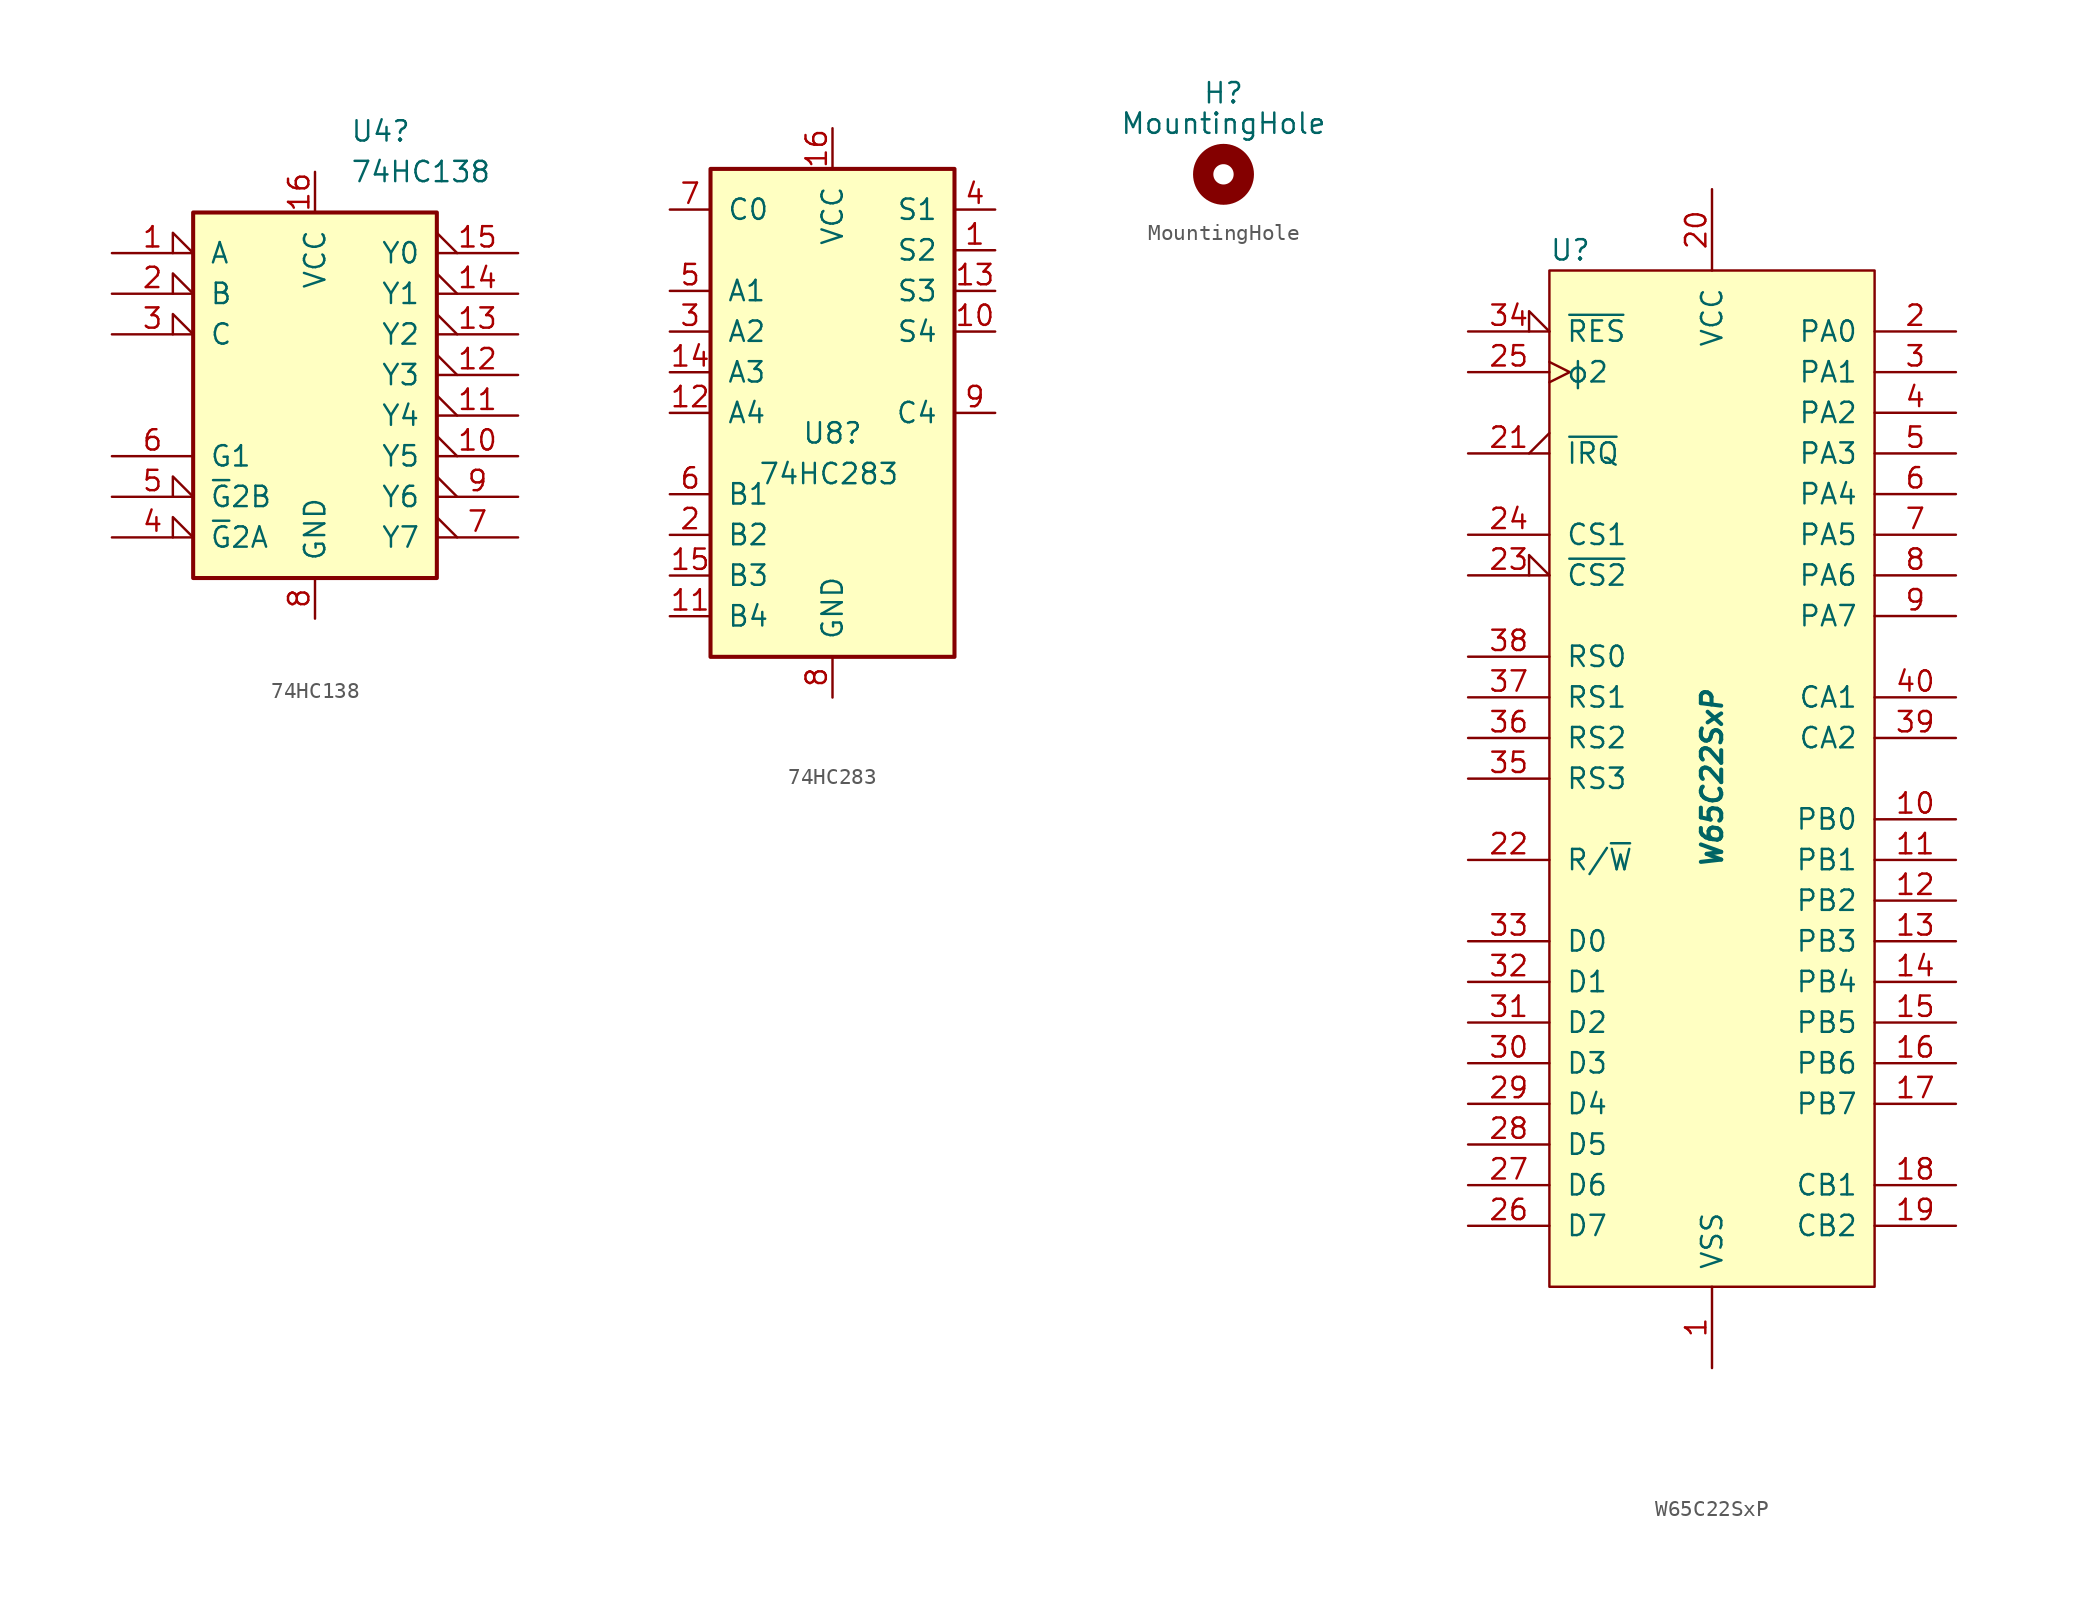
<source format=kicad_sym>
(kicad_symbol_lib
  (version 20231120)
  (generator "kicad_symbol_editor")
  (generator_version "8.0")
  (symbol "74HC138"
    (pin_names
      (offset 1.016))
    (property "Reference" "U4"
      (at 2.194 15.24 0)
      (effects (font (size 1.27 1.27)) (justify left)))
    (property "Value" "74HC138"
      (at 2.194 12.7 0)
      (effects (font (size 1.27 1.27)) (justify left)))
    (symbol "74HC138_1_0"
      (pin input input_low (at -12.7 7.62 0) (length 5.08) (name "A" (effects (font (size 1.27 1.27)))) (number "1" (effects (font (size 1.27 1.27)))))
      (pin output output_low (at 12.7 -5.08 180) (length 5.08) (name "Y5" (effects (font (size 1.27 1.27)))) (number "10" (effects (font (size 1.27 1.27)))))
      (pin output output_low (at 12.7 -2.54 180) (length 5.08) (name "Y4" (effects (font (size 1.27 1.27)))) (number "11" (effects (font (size 1.27 1.27)))))
      (pin output output_low (at 12.7 0 180) (length 5.08) (name "Y3" (effects (font (size 1.27 1.27)))) (number "12" (effects (font (size 1.27 1.27)))))
      (pin output output_low (at 12.7 2.54 180) (length 5.08) (name "Y2" (effects (font (size 1.27 1.27)))) (number "13" (effects (font (size 1.27 1.27)))))
      (pin output output_low (at 12.7 5.08 180) (length 5.08) (name "Y1" (effects (font (size 1.27 1.27)))) (number "14" (effects (font (size 1.27 1.27)))))
      (pin output output_low (at 12.7 7.62 180) (length 5.08) (name "Y0" (effects (font (size 1.27 1.27)))) (number "15" (effects (font (size 1.27 1.27)))))
      (pin power_in line (at 0 12.7 270) (length 2.54) (name "VCC" (effects (font (size 1.27 1.27)))) (number "16" (effects (font (size 1.27 1.27)))))
      (pin input input_low (at -12.7 5.08 0) (length 5.08) (name "B" (effects (font (size 1.27 1.27)))) (number "2" (effects (font (size 1.27 1.27)))))
      (pin input input_low (at -12.7 2.54 0) (length 5.08) (name "C" (effects (font (size 1.27 1.27)))) (number "3" (effects (font (size 1.27 1.27)))))
      (pin input input_low (at -12.7 -10.16 0) (length 5.08) (name "~{G}2A" (effects (font (size 1.27 1.27)))) (number "4" (effects (font (size 1.27 1.27)))))
      (pin input input_low (at -12.7 -7.62 0) (length 5.08) (name "~{G}2B" (effects (font (size 1.27 1.27)))) (number "5" (effects (font (size 1.27 1.27)))))
      (pin input line (at -12.7 -5.08 0) (length 5.08) (name "G1" (effects (font (size 1.27 1.27)))) (number "6" (effects (font (size 1.27 1.27)))))
      (pin output output_low (at 12.7 -10.16 180) (length 5.08) (name "Y7" (effects (font (size 1.27 1.27)))) (number "7" (effects (font (size 1.27 1.27)))))
      (pin power_in line (at 0 -15.24 90) (length 2.54) (name "GND" (effects (font (size 1.27 1.27)))) (number "8" (effects (font (size 1.27 1.27)))))
      (pin output output_low (at 12.7 -7.62 180) (length 5.08) (name "Y6" (effects (font (size 1.27 1.27)))) (number "9" (effects (font (size 1.27 1.27))))))
    (symbol "74HC138_1_1"
      (rectangle (start -7.62 10.16) (end 7.62 -12.7) (stroke (width 0.254) (type default)) (fill (type background)))))
  (symbol "74HC283"
    (pin_names
      (offset 1.016))
    (property "Reference" "U8"
      (at 0 -1.27 0)
      (effects (font (size 1.27 1.27))))
    (property "Value" "74HC283"
      (at -0.229 -3.81 0)
      (effects (font (size 1.27 1.27))))
    (symbol "74HC283_1_0"
      (pin output line (at 10.16 10.16 180) (length 2.54) (name "S2" (effects (font (size 1.27 1.27)))) (number "1" (effects (font (size 1.27 1.27)))))
      (pin output line (at 10.16 5.08 180) (length 2.54) (name "S4" (effects (font (size 1.27 1.27)))) (number "10" (effects (font (size 1.27 1.27)))))
      (pin input line (at -10.16 -12.7 0) (length 2.54) (name "B4" (effects (font (size 1.27 1.27)))) (number "11" (effects (font (size 1.27 1.27)))))
      (pin input line (at -10.16 0 0) (length 2.54) (name "A4" (effects (font (size 1.27 1.27)))) (number "12" (effects (font (size 1.27 1.27)))))
      (pin output line (at 10.16 7.62 180) (length 2.54) (name "S3" (effects (font (size 1.27 1.27)))) (number "13" (effects (font (size 1.27 1.27)))))
      (pin input line (at -10.16 2.54 0) (length 2.54) (name "A3" (effects (font (size 1.27 1.27)))) (number "14" (effects (font (size 1.27 1.27)))))
      (pin input line (at -10.16 -10.16 0) (length 2.54) (name "B3" (effects (font (size 1.27 1.27)))) (number "15" (effects (font (size 1.27 1.27)))))
      (pin power_in line (at 0 17.78 270) (length 2.54) (name "VCC" (effects (font (size 1.27 1.27)))) (number "16" (effects (font (size 1.27 1.27)))))
      (pin input line (at -10.16 -7.62 0) (length 2.54) (name "B2" (effects (font (size 1.27 1.27)))) (number "2" (effects (font (size 1.27 1.27)))))
      (pin input line (at -10.16 5.08 0) (length 2.54) (name "A2" (effects (font (size 1.27 1.27)))) (number "3" (effects (font (size 1.27 1.27)))))
      (pin output line (at 10.16 12.7 180) (length 2.54) (name "S1" (effects (font (size 1.27 1.27)))) (number "4" (effects (font (size 1.27 1.27)))))
      (pin input line (at -10.16 7.62 0) (length 2.54) (name "A1" (effects (font (size 1.27 1.27)))) (number "5" (effects (font (size 1.27 1.27)))))
      (pin input line (at -10.16 -5.08 0) (length 2.54) (name "B1" (effects (font (size 1.27 1.27)))) (number "6" (effects (font (size 1.27 1.27)))))
      (pin input line (at -10.16 12.7 0) (length 2.54) (name "C0" (effects (font (size 1.27 1.27)))) (number "7" (effects (font (size 1.27 1.27)))))
      (pin power_in line (at 0 -17.78 90) (length 2.54) (name "GND" (effects (font (size 1.27 1.27)))) (number "8" (effects (font (size 1.27 1.27)))))
      (pin output line (at 10.16 0 180) (length 2.54) (name "C4" (effects (font (size 1.27 1.27)))) (number "9" (effects (font (size 1.27 1.27))))))
    (symbol "74HC283_1_1"
      (rectangle (start -7.62 15.24) (end 7.62 -15.24) (stroke (width 0.254) (type default)) (fill (type background)))))
  (symbol "MountingHole"
    (pin_names
      (offset 1.016))
    (property "Reference" "H"
      (at 0 5.08 0)
      (effects (font (size 1.27 1.27))))
    (property "Value" "MountingHole"
      (at 0 3.175 0)
      (effects (font (size 1.27 1.27))))
    (symbol "MountingHole_0_1"
      (circle (center 0 0) (radius 1.27) (stroke (width 1.27) (type solid)) (fill (type none)))))
  (symbol "W65C22SxP"
    (pin_names
      (offset 1.016))
    (property "Reference" "U"
      (at -10.16 33.02 0)
      (effects (font (size 1.27 1.27)) (justify left)))
    (property "Value" "W65C22SxP"
      (at 0 0 90)
      (effects (font (size 1.27 1.27) (bold yes) (italic yes))))
    (symbol "W65C22SxP_0_1"
      (rectangle (start -10.16 31.75) (end 10.16 -31.75) (stroke (width 0) (type default)) (fill (type background))))
    (symbol "W65C22SxP_1_1"
      (pin power_in line (at 0 -36.83 90) (length 5.08) (name "VSS" (effects (font (size 1.27 1.27)))) (number "1" (effects (font (size 1.27 1.27)))))
      (pin bidirectional line (at 15.24 -2.54 180) (length 5.08) (name "PB0" (effects (font (size 1.27 1.27)))) (number "10" (effects (font (size 1.27 1.27)))))
      (pin bidirectional line (at 15.24 -5.08 180) (length 5.08) (name "PB1" (effects (font (size 1.27 1.27)))) (number "11" (effects (font (size 1.27 1.27)))))
      (pin bidirectional line (at 15.24 -7.62 180) (length 5.08) (name "PB2" (effects (font (size 1.27 1.27)))) (number "12" (effects (font (size 1.27 1.27)))))
      (pin bidirectional line (at 15.24 -10.16 180) (length 5.08) (name "PB3" (effects (font (size 1.27 1.27)))) (number "13" (effects (font (size 1.27 1.27)))))
      (pin bidirectional line (at 15.24 -12.7 180) (length 5.08) (name "PB4" (effects (font (size 1.27 1.27)))) (number "14" (effects (font (size 1.27 1.27)))))
      (pin bidirectional line (at 15.24 -15.24 180) (length 5.08) (name "PB5" (effects (font (size 1.27 1.27)))) (number "15" (effects (font (size 1.27 1.27)))))
      (pin bidirectional line (at 15.24 -17.78 180) (length 5.08) (name "PB6" (effects (font (size 1.27 1.27)))) (number "16" (effects (font (size 1.27 1.27)))))
      (pin bidirectional line (at 15.24 -20.32 180) (length 5.08) (name "PB7" (effects (font (size 1.27 1.27)))) (number "17" (effects (font (size 1.27 1.27)))))
      (pin input line (at 15.24 -25.4 180) (length 5.08) (name "CB1" (effects (font (size 1.27 1.27)))) (number "18" (effects (font (size 1.27 1.27)))))
      (pin bidirectional line (at 15.24 -27.94 180) (length 5.08) (name "CB2" (effects (font (size 1.27 1.27)))) (number "19" (effects (font (size 1.27 1.27)))))
      (pin bidirectional line (at 15.24 27.94 180) (length 5.08) (name "PA0" (effects (font (size 1.27 1.27)))) (number "2" (effects (font (size 1.27 1.27)))))
      (pin power_in line (at 0 36.83 270) (length 5.08) (name "VCC" (effects (font (size 1.27 1.27)))) (number "20" (effects (font (size 1.27 1.27)))))
      (pin output output_low (at -15.24 20.32 0) (length 5.08) (name "~{IRQ}" (effects (font (size 1.27 1.27)))) (number "21" (effects (font (size 1.27 1.27)))))
      (pin input line (at -15.24 -5.08 0) (length 5.08) (name "R/~{W}" (effects (font (size 1.27 1.27)))) (number "22" (effects (font (size 1.27 1.27)))))
      (pin input input_low (at -15.24 12.7 0) (length 5.08) (name "~{CS2}" (effects (font (size 1.27 1.27)))) (number "23" (effects (font (size 1.27 1.27)))))
      (pin input line (at -15.24 15.24 0) (length 5.08) (name "CS1" (effects (font (size 1.27 1.27)))) (number "24" (effects (font (size 1.27 1.27)))))
      (pin input clock (at -15.24 25.4 0) (length 5.08) (name "ϕ2" (effects (font (size 1.27 1.27)))) (number "25" (effects (font (size 1.27 1.27)))))
      (pin bidirectional line (at -15.24 -27.94 0) (length 5.08) (name "D7" (effects (font (size 1.27 1.27)))) (number "26" (effects (font (size 1.27 1.27)))))
      (pin bidirectional line (at -15.24 -25.4 0) (length 5.08) (name "D6" (effects (font (size 1.27 1.27)))) (number "27" (effects (font (size 1.27 1.27)))))
      (pin bidirectional line (at -15.24 -22.86 0) (length 5.08) (name "D5" (effects (font (size 1.27 1.27)))) (number "28" (effects (font (size 1.27 1.27)))))
      (pin bidirectional line (at -15.24 -20.32 0) (length 5.08) (name "D4" (effects (font (size 1.27 1.27)))) (number "29" (effects (font (size 1.27 1.27)))))
      (pin bidirectional line (at 15.24 25.4 180) (length 5.08) (name "PA1" (effects (font (size 1.27 1.27)))) (number "3" (effects (font (size 1.27 1.27)))))
      (pin bidirectional line (at -15.24 -17.78 0) (length 5.08) (name "D3" (effects (font (size 1.27 1.27)))) (number "30" (effects (font (size 1.27 1.27)))))
      (pin bidirectional line (at -15.24 -15.24 0) (length 5.08) (name "D2" (effects (font (size 1.27 1.27)))) (number "31" (effects (font (size 1.27 1.27)))))
      (pin bidirectional line (at -15.24 -12.7 0) (length 5.08) (name "D1" (effects (font (size 1.27 1.27)))) (number "32" (effects (font (size 1.27 1.27)))))
      (pin bidirectional line (at -15.24 -10.16 0) (length 5.08) (name "D0" (effects (font (size 1.27 1.27)))) (number "33" (effects (font (size 1.27 1.27)))))
      (pin input input_low (at -15.24 27.94 0) (length 5.08) (name "~{RES}" (effects (font (size 1.27 1.27)))) (number "34" (effects (font (size 1.27 1.27)))))
      (pin input line (at -15.24 0 0) (length 5.08) (name "RS3" (effects (font (size 1.27 1.27)))) (number "35" (effects (font (size 1.27 1.27)))))
      (pin input line (at -15.24 2.54 0) (length 5.08) (name "RS2" (effects (font (size 1.27 1.27)))) (number "36" (effects (font (size 1.27 1.27)))))
      (pin input line (at -15.24 5.08 0) (length 5.08) (name "RS1" (effects (font (size 1.27 1.27)))) (number "37" (effects (font (size 1.27 1.27)))))
      (pin input line (at -15.24 7.62 0) (length 5.08) (name "RS0" (effects (font (size 1.27 1.27)))) (number "38" (effects (font (size 1.27 1.27)))))
      (pin bidirectional line (at 15.24 2.54 180) (length 5.08) (name "CA2" (effects (font (size 1.27 1.27)))) (number "39" (effects (font (size 1.27 1.27)))))
      (pin bidirectional line (at 15.24 22.86 180) (length 5.08) (name "PA2" (effects (font (size 1.27 1.27)))) (number "4" (effects (font (size 1.27 1.27)))))
      (pin input line (at 15.24 5.08 180) (length 5.08) (name "CA1" (effects (font (size 1.27 1.27)))) (number "40" (effects (font (size 1.27 1.27)))))
      (pin bidirectional line (at 15.24 20.32 180) (length 5.08) (name "PA3" (effects (font (size 1.27 1.27)))) (number "5" (effects (font (size 1.27 1.27)))))
      (pin bidirectional line (at 15.24 17.78 180) (length 5.08) (name "PA4" (effects (font (size 1.27 1.27)))) (number "6" (effects (font (size 1.27 1.27)))))
      (pin bidirectional line (at 15.24 15.24 180) (length 5.08) (name "PA5" (effects (font (size 1.27 1.27)))) (number "7" (effects (font (size 1.27 1.27)))))
      (pin bidirectional line (at 15.24 12.7 180) (length 5.08) (name "PA6" (effects (font (size 1.27 1.27)))) (number "8" (effects (font (size 1.27 1.27)))))
      (pin bidirectional line (at 15.24 10.16 180) (length 5.08) (name "PA7" (effects (font (size 1.27 1.27)))) (number "9" (effects (font (size 1.27 1.27))))))))
</source>
